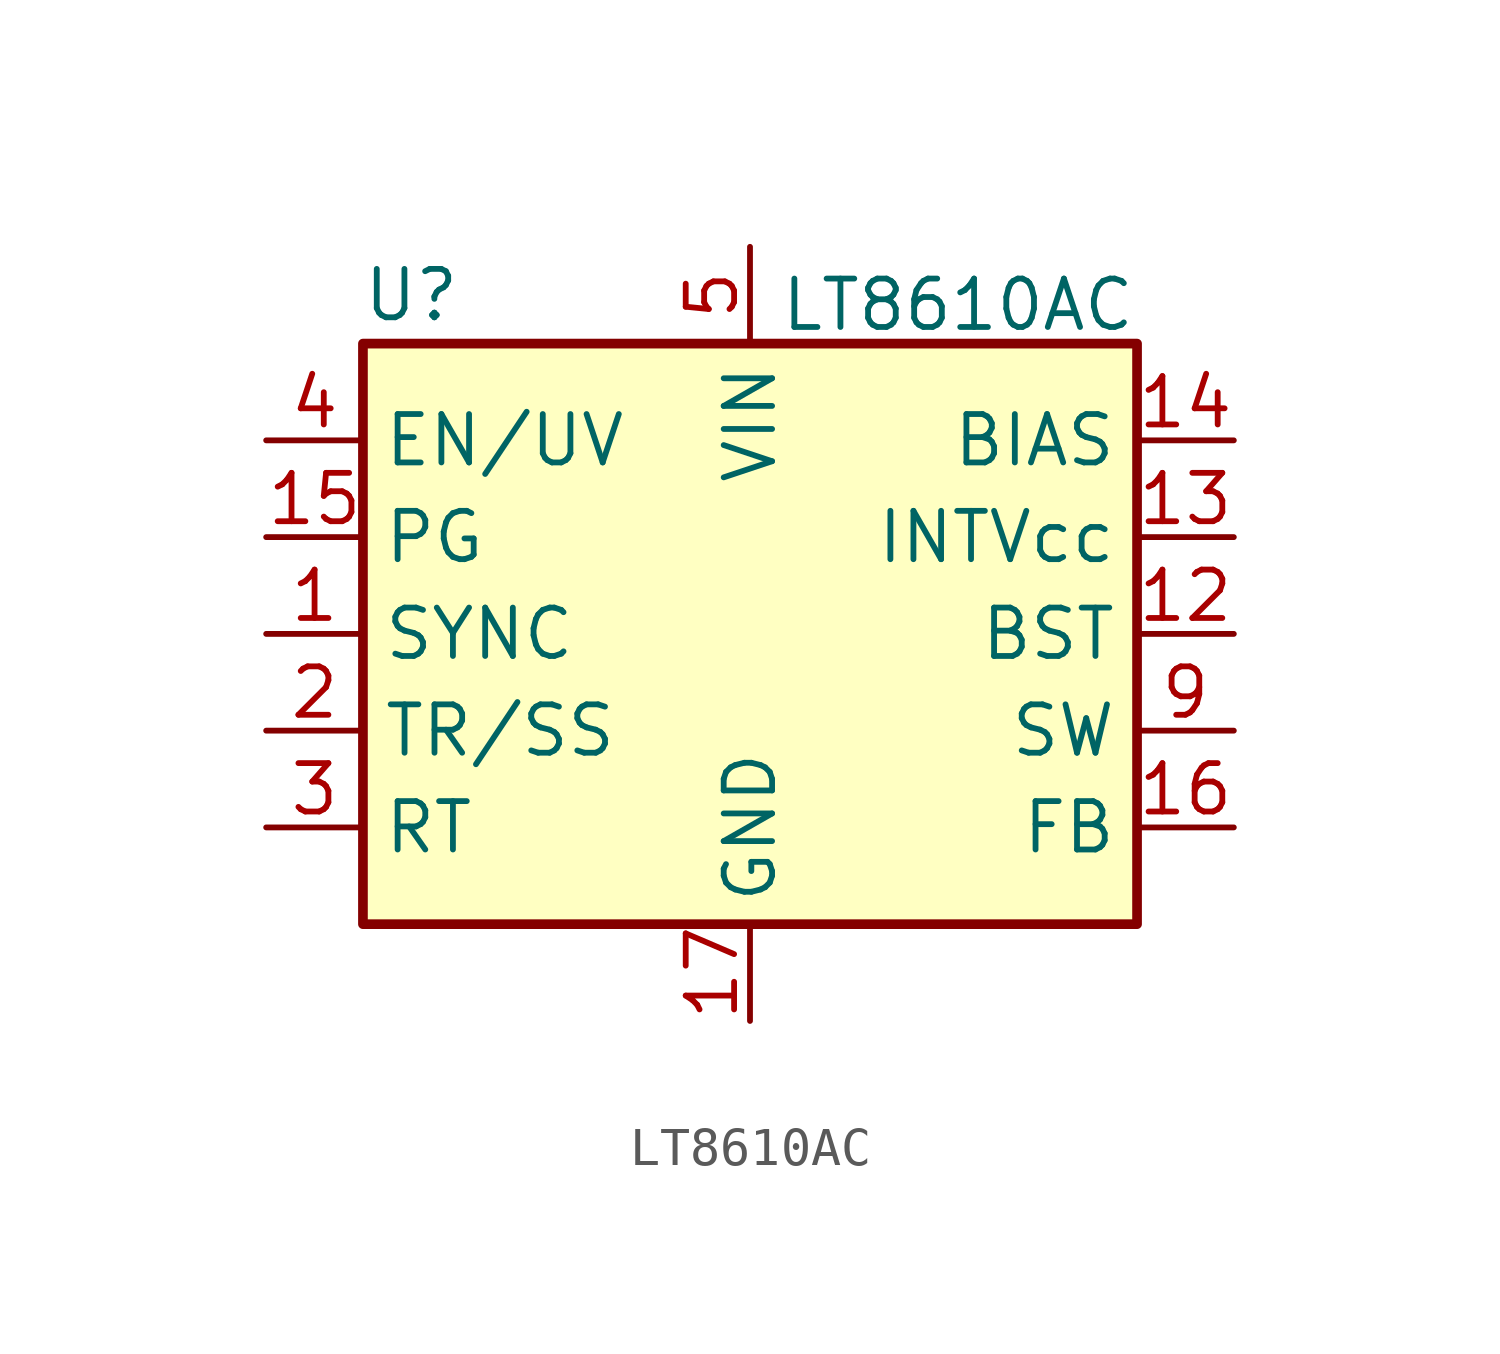
<source format=kicad_sym>
(kicad_symbol_lib
  (version 20210619)
  (generator kicad_symbol_editor)
  (symbol "LT8610AC"
    (property "Reference" "U"
      (at -8.89 8.89 0)
      (effects (font (size 1.27 1.27))))
    (property "Value" "LT8610AC"
      (at 0.762 8.636 0)
      (effects (font (size 1.27 1.27)) (justify left)))
    (symbol "LT8610AC_0_1"
      (rectangle (start -10.16 7.62) (end 10.16 -7.62) (stroke (width 0.254)) (fill (type background))))
    (symbol "LT8610AC_1_1"
      (pin input line (at -12.7 0 0) (length 2.54) (name "SYNC" (effects (font (size 1.27 1.27)))) (number "1" (effects (font (size 1.27 1.27)))))
      (pin passive line (at 12.7 -2.54 180) (length 2.54) hide (name "SW" (effects (font (size 1.27 1.27)))) (number "10" (effects (font (size 1.27 1.27)))))
      (pin passive line (at 12.7 -2.54 180) (length 2.54) hide (name "SW" (effects (font (size 1.27 1.27)))) (number "11" (effects (font (size 1.27 1.27)))))
      (pin input line (at 12.7 0 180) (length 2.54) (name "BST" (effects (font (size 1.27 1.27)))) (number "12" (effects (font (size 1.27 1.27)))))
      (pin passive line (at 12.7 2.54 180) (length 2.54) (name "INTVcc" (effects (font (size 1.27 1.27)))) (number "13" (effects (font (size 1.27 1.27)))))
      (pin input line (at 12.7 5.08 180) (length 2.54) (name "BIAS" (effects (font (size 1.27 1.27)))) (number "14" (effects (font (size 1.27 1.27)))))
      (pin open_collector line (at -12.7 2.54 0) (length 2.54) (name "PG" (effects (font (size 1.27 1.27)))) (number "15" (effects (font (size 1.27 1.27)))))
      (pin input line (at 12.7 -5.08 180) (length 2.54) (name "FB" (effects (font (size 1.27 1.27)))) (number "16" (effects (font (size 1.27 1.27)))))
      (pin power_in line (at 0 -10.16 90) (length 2.54) (name "GND" (effects (font (size 1.27 1.27)))) (number "17" (effects (font (size 1.27 1.27)))))
      (pin input line (at -12.7 -2.54 0) (length 2.54) (name "TR/SS" (effects (font (size 1.27 1.27)))) (number "2" (effects (font (size 1.27 1.27)))))
      (pin passive line (at -12.7 -5.08 0) (length 2.54) (name "RT" (effects (font (size 1.27 1.27)))) (number "3" (effects (font (size 1.27 1.27)))))
      (pin input line (at -12.7 5.08 0) (length 2.54) (name "EN/UV" (effects (font (size 1.27 1.27)))) (number "4" (effects (font (size 1.27 1.27)))))
      (pin power_in line (at 0 10.16 270) (length 2.54) (name "VIN" (effects (font (size 1.27 1.27)))) (number "5" (effects (font (size 1.27 1.27)))))
      (pin passive line (at 0 10.16 270) (length 2.54) hide (name "VIN" (effects (font (size 1.27 1.27)))) (number "6" (effects (font (size 1.27 1.27)))))
      (pin no_connect line (at 2.54 -7.62 90) (length 2.54) hide (name "NC" (effects (font (size 1.27 1.27)))) (number "7" (effects (font (size 1.27 1.27)))))
      (pin passive line (at 0 -10.16 90) (length 2.54) hide (name "GND" (effects (font (size 1.27 1.27)))) (number "8" (effects (font (size 1.27 1.27)))))
      (pin output line (at 12.7 -2.54 180) (length 2.54) (name "SW" (effects (font (size 1.27 1.27)))) (number "9" (effects (font (size 1.27 1.27))))))))
</source>
